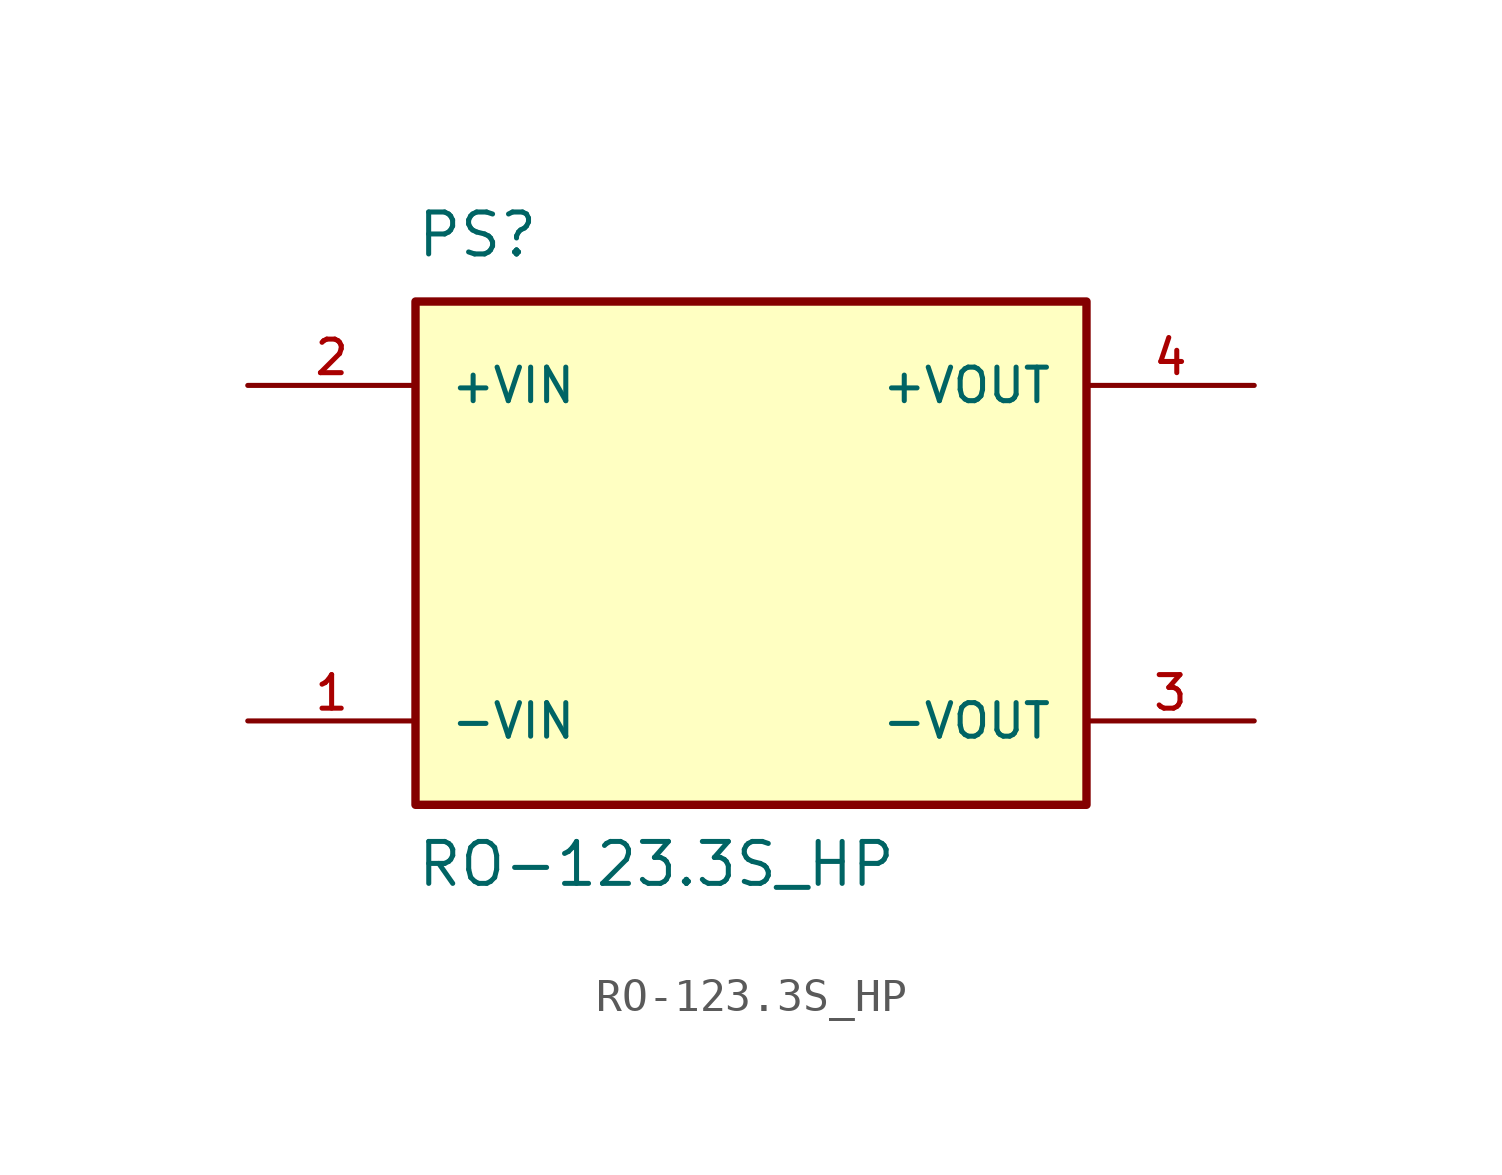
<source format=kicad_sym>
(kicad_symbol_lib
  (version 20211014)
  (generator kicad_symbol_editor)
  (symbol "RO-123.3S_HP"
    (pin_names
      (offset 1.016))
    (property "Reference" "PS"
      (at -10.164 8.898 0)
      (effects (font (size 1.27 1.27)) (justify bottom left)))
    (property "Value" "RO-123.3S_HP"
      (at -10.161 -10.163 0)
      (effects (font (size 1.27 1.27)) (justify bottom left)))
    (symbol "RO-123.3S_HP_0_0"
      (rectangle (start -10.16 -7.62) (end 10.16 7.62) (stroke (width 0.254)) (fill (type background)))
      (pin input line (at -15.24 5.08 0) (length 5.08) (name "+VIN" (effects (font (size 1.016 1.016)))) (number "2" (effects (font (size 1.016 1.016)))))
      (pin output line (at 15.24 5.08 180.0) (length 5.08) (name "+VOUT" (effects (font (size 1.016 1.016)))) (number "4" (effects (font (size 1.016 1.016)))))
      (pin output line (at 15.24 -5.08 180.0) (length 5.08) (name "-VOUT" (effects (font (size 1.016 1.016)))) (number "3" (effects (font (size 1.016 1.016)))))
      (pin input line (at -15.24 -5.08 0) (length 5.08) (name "-VIN" (effects (font (size 1.016 1.016)))) (number "1" (effects (font (size 1.016 1.016))))))))
</source>
